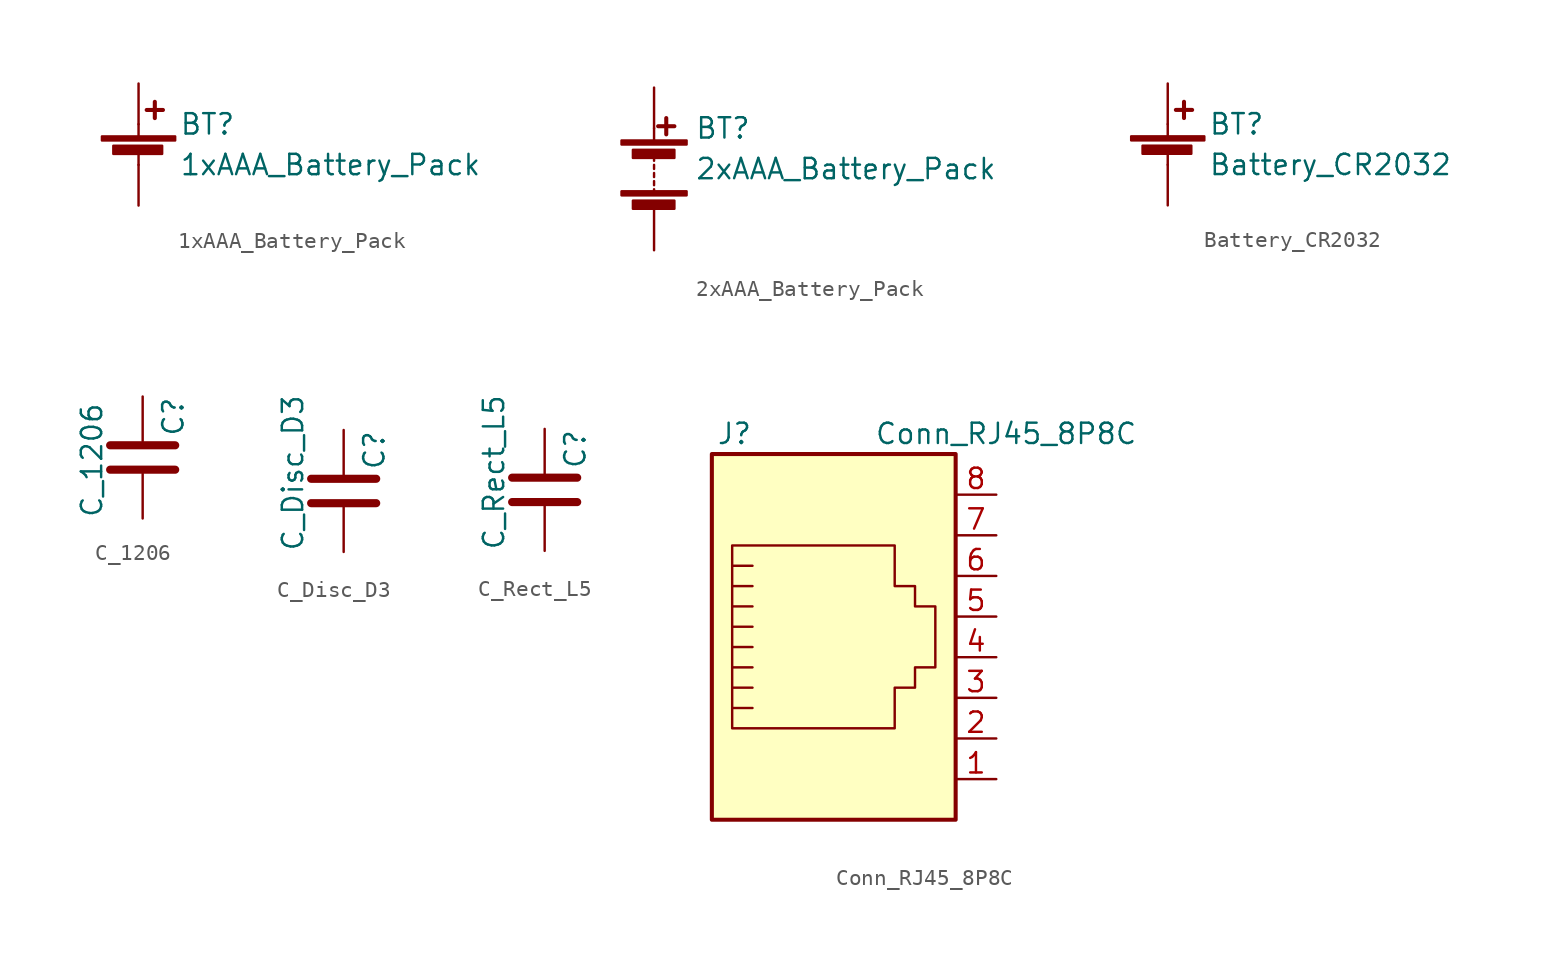
<source format=kicad_sym>
(kicad_symbol_lib
  (version 20211014)
  (generator kicad_symbol_editor)
  (symbol "1xAAA_Battery_Pack"
    (pin_numbers hide)
    (pin_names
      (offset 0) hide)
    (property "Reference" "BT"
      (at 2.54 2.54 0)
      (effects (font (size 1.27 1.27)) (justify left)))
    (property "Value" "1xAAA_Battery_Pack"
      (at 2.54 0 0)
      (effects (font (size 1.27 1.27)) (justify left)))
    (symbol "1xAAA_Battery_Pack_0_1"
      (rectangle (start -2.286 1.778) (end 2.286 1.524) (stroke (width 0) (type default) (color 0 0 0 0)) (fill (type outline)))
      (rectangle (start -1.575 1.194) (end 1.473 0.686) (stroke (width 0) (type default) (color 0 0 0 0)) (fill (type outline)))
      (polyline (pts (xy 0 0.762) (xy 0 0)) (stroke (width 0) (type default) (color 0 0 0 0)) (fill (type none)))
      (polyline (pts (xy 0 1.778) (xy 0 2.54)) (stroke (width 0) (type default) (color 0 0 0 0)) (fill (type none)))
      (polyline (pts (xy 0.508 3.429) (xy 1.524 3.429)) (stroke (width 0.254) (type default) (color 0 0 0 0)) (fill (type none)))
      (polyline (pts (xy 1.016 3.937) (xy 1.016 2.921)) (stroke (width 0.254) (type default) (color 0 0 0 0)) (fill (type none))))
    (symbol "1xAAA_Battery_Pack_1_1"
      (pin passive line (at 0 5.08 270) (length 2.54) (name "+" (effects (font (size 1.27 1.27)))) (number "1" (effects (font (size 1.27 1.27)))))
      (pin passive line (at 0 -2.54 90) (length 2.54) (name "-" (effects (font (size 1.27 1.27)))) (number "2" (effects (font (size 1.27 1.27)))))))
  (symbol "2xAAA_Battery_Pack"
    (pin_numbers hide)
    (pin_names
      (offset 0) hide)
    (property "Reference" "BT"
      (at 2.54 2.54 0)
      (effects (font (size 1.27 1.27)) (justify left)))
    (property "Value" "2xAAA_Battery_Pack"
      (at 2.54 0 0)
      (effects (font (size 1.27 1.27)) (justify left)))
    (symbol "2xAAA_Battery_Pack_0_1"
      (rectangle (start -2.032 -1.397) (end 2.032 -1.651) (stroke (width 0) (type default) (color 0 0 0 0)) (fill (type outline)))
      (rectangle (start -2.032 1.778) (end 2.032 1.524) (stroke (width 0) (type default) (color 0 0 0 0)) (fill (type outline)))
      (rectangle (start -1.321 -1.981) (end 1.27 -2.489) (stroke (width 0) (type default) (color 0 0 0 0)) (fill (type outline)))
      (rectangle (start -1.321 1.194) (end 1.27 0.686) (stroke (width 0) (type default) (color 0 0 0 0)) (fill (type outline)))
      (polyline (pts (xy 0 -1.524) (xy 0 -1.27)) (stroke (width 0) (type default) (color 0 0 0 0)) (fill (type none)))
      (polyline (pts (xy 0 -1.016) (xy 0 -0.762)) (stroke (width 0) (type default) (color 0 0 0 0)) (fill (type none)))
      (polyline (pts (xy 0 -0.508) (xy 0 -0.254)) (stroke (width 0) (type default) (color 0 0 0 0)) (fill (type none)))
      (polyline (pts (xy 0 0) (xy 0 0.254)) (stroke (width 0) (type default) (color 0 0 0 0)) (fill (type none)))
      (polyline (pts (xy 0 0.508) (xy 0 0.762)) (stroke (width 0) (type default) (color 0 0 0 0)) (fill (type none)))
      (polyline (pts (xy 0 1.778) (xy 0 2.54)) (stroke (width 0) (type default) (color 0 0 0 0)) (fill (type none)))
      (polyline (pts (xy 0.254 2.667) (xy 1.27 2.667)) (stroke (width 0.254) (type default) (color 0 0 0 0)) (fill (type none)))
      (polyline (pts (xy 0.762 3.175) (xy 0.762 2.159)) (stroke (width 0.254) (type default) (color 0 0 0 0)) (fill (type none))))
    (symbol "2xAAA_Battery_Pack_1_1"
      (pin passive line (at 0 5.08 270) (length 2.54) (name "+" (effects (font (size 1.27 1.27)))) (number "1" (effects (font (size 1.27 1.27)))))
      (pin passive line (at 0 -5.08 90) (length 2.54) (name "-" (effects (font (size 1.27 1.27)))) (number "2" (effects (font (size 1.27 1.27)))))))
  (symbol "Battery_CR2032"
    (pin_numbers hide)
    (pin_names
      (offset 0) hide)
    (property "Reference" "BT"
      (at 2.54 2.54 0)
      (effects (font (size 1.27 1.27)) (justify left)))
    (property "Value" "Battery_CR2032"
      (at 2.54 0 0)
      (effects (font (size 1.27 1.27)) (justify left)))
    (symbol "Battery_CR2032_0_1"
      (rectangle (start -2.286 1.778) (end 2.286 1.524) (stroke (width 0) (type default) (color 0 0 0 0)) (fill (type outline)))
      (rectangle (start -1.575 1.194) (end 1.473 0.686) (stroke (width 0) (type default) (color 0 0 0 0)) (fill (type outline)))
      (polyline (pts (xy 0 0.762) (xy 0 0)) (stroke (width 0) (type default) (color 0 0 0 0)) (fill (type none)))
      (polyline (pts (xy 0 1.778) (xy 0 2.54)) (stroke (width 0) (type default) (color 0 0 0 0)) (fill (type none)))
      (polyline (pts (xy 0.508 3.429) (xy 1.524 3.429)) (stroke (width 0.254) (type default) (color 0 0 0 0)) (fill (type none)))
      (polyline (pts (xy 1.016 3.937) (xy 1.016 2.921)) (stroke (width 0.254) (type default) (color 0 0 0 0)) (fill (type none))))
    (symbol "Battery_CR2032_1_1"
      (pin passive line (at 0 5.08 270) (length 2.54) (name "+" (effects (font (size 1.27 1.27)))) (number "1" (effects (font (size 1.27 1.27)))))
      (pin passive line (at 0 -2.54 90) (length 2.54) (name "-" (effects (font (size 1.27 1.27)))) (number "2" (effects (font (size 1.27 1.27)))))))
  (symbol "C_1206"
    (pin_numbers hide)
    (pin_names
      (offset 0.254))
    (property "Reference" "C"
      (at 1.905 1.27 90)
      (effects (font (size 1.27 1.27)) (justify left)))
    (property "Value" "C_1206"
      (at -3.175 -3.81 90)
      (effects (font (size 1.27 1.27)) (justify left)))
    (symbol "C_1206_0_1"
      (polyline (pts (xy -2.032 -0.762) (xy 2.032 -0.762)) (stroke (width 0.508) (type default) (color 0 0 0 0)) (fill (type none)))
      (polyline (pts (xy -2.032 0.762) (xy 2.032 0.762)) (stroke (width 0.508) (type default) (color 0 0 0 0)) (fill (type none))))
    (symbol "C_1206_1_1"
      (pin passive line (at 0 3.81 270) (length 2.794) (name "~" (effects (font (size 1.27 1.27)))) (number "1" (effects (font (size 1.27 1.27)))))
      (pin passive line (at 0 -3.81 90) (length 2.794) (name "~" (effects (font (size 1.27 1.27)))) (number "2" (effects (font (size 1.27 1.27)))))))
  (symbol "C_Disc_D3"
    (pin_numbers hide)
    (pin_names
      (offset 0.254))
    (property "Reference" "C"
      (at 1.905 1.27 90)
      (effects (font (size 1.27 1.27)) (justify left)))
    (property "Value" "C_Disc_D3"
      (at -3.175 -3.81 90)
      (effects (font (size 1.27 1.27)) (justify left)))
    (symbol "C_Disc_D3_0_1"
      (polyline (pts (xy -2.032 -0.762) (xy 2.032 -0.762)) (stroke (width 0.508) (type default) (color 0 0 0 0)) (fill (type none)))
      (polyline (pts (xy -2.032 0.762) (xy 2.032 0.762)) (stroke (width 0.508) (type default) (color 0 0 0 0)) (fill (type none))))
    (symbol "C_Disc_D3_1_1"
      (pin passive line (at 0 3.81 270) (length 2.794) (name "~" (effects (font (size 1.27 1.27)))) (number "1" (effects (font (size 1.27 1.27)))))
      (pin passive line (at 0 -3.81 90) (length 2.794) (name "~" (effects (font (size 1.27 1.27)))) (number "2" (effects (font (size 1.27 1.27)))))))
  (symbol "C_Rect_L5"
    (pin_numbers hide)
    (pin_names
      (offset 0.254))
    (property "Reference" "C"
      (at 1.905 1.27 90)
      (effects (font (size 1.27 1.27)) (justify left)))
    (property "Value" "C_Rect_L5"
      (at -3.175 -3.81 90)
      (effects (font (size 1.27 1.27)) (justify left)))
    (symbol "C_Rect_L5_0_1"
      (polyline (pts (xy -2.032 -0.762) (xy 2.032 -0.762)) (stroke (width 0.508) (type default) (color 0 0 0 0)) (fill (type none)))
      (polyline (pts (xy -2.032 0.762) (xy 2.032 0.762)) (stroke (width 0.508) (type default) (color 0 0 0 0)) (fill (type none))))
    (symbol "C_Rect_L5_1_1"
      (pin passive line (at 0 3.81 270) (length 2.794) (name "~" (effects (font (size 1.27 1.27)))) (number "1" (effects (font (size 1.27 1.27)))))
      (pin passive line (at 0 -3.81 90) (length 2.794) (name "~" (effects (font (size 1.27 1.27)))) (number "2" (effects (font (size 1.27 1.27)))))))
  (symbol "Conn_RJ45_8P8C"
    (pin_names
      (offset 1.016))
    (property "Reference" "J"
      (at -5.08 13.97 0)
      (effects (font (size 1.27 1.27)) (justify right)))
    (property "Value" "Conn_RJ45_8P8C"
      (at 2.54 13.97 0)
      (effects (font (size 1.27 1.27)) (justify left)))
    (symbol "Conn_RJ45_8P8C_0_1"
      (polyline (pts (xy -5.08 4.445) (xy -6.35 4.445)) (stroke (width 0) (type default) (color 0 0 0 0)) (fill (type none)))
      (polyline (pts (xy -5.08 5.715) (xy -6.35 5.715)) (stroke (width 0) (type default) (color 0 0 0 0)) (fill (type none)))
      (polyline (pts (xy -6.35 -3.175) (xy -5.08 -3.175) (xy -5.08 -3.175)) (stroke (width 0) (type default) (color 0 0 0 0)) (fill (type none)))
      (polyline (pts (xy -6.35 -1.905) (xy -5.08 -1.905) (xy -5.08 -1.905)) (stroke (width 0) (type default) (color 0 0 0 0)) (fill (type none)))
      (polyline (pts (xy -6.35 -0.635) (xy -5.08 -0.635) (xy -5.08 -0.635)) (stroke (width 0) (type default) (color 0 0 0 0)) (fill (type none)))
      (polyline (pts (xy -6.35 0.635) (xy -5.08 0.635) (xy -5.08 0.635)) (stroke (width 0) (type default) (color 0 0 0 0)) (fill (type none)))
      (polyline (pts (xy -6.35 1.905) (xy -5.08 1.905) (xy -5.08 1.905)) (stroke (width 0) (type default) (color 0 0 0 0)) (fill (type none)))
      (polyline (pts (xy -5.08 3.175) (xy -6.35 3.175) (xy -6.35 3.175)) (stroke (width 0) (type default) (color 0 0 0 0)) (fill (type none)))
      (polyline (pts (xy -6.35 -4.445) (xy -6.35 6.985) (xy 3.81 6.985) (xy 3.81 4.445) (xy 5.08 4.445) (xy 5.08 3.175) (xy 6.35 3.175) (xy 6.35 -0.635) (xy 5.08 -0.635) (xy 5.08 -1.905) (xy 3.81 -1.905) (xy 3.81 -4.445) (xy -6.35 -4.445) (xy -6.35 -4.445)) (stroke (width 0) (type default) (color 0 0 0 0)) (fill (type none)))
      (rectangle (start 7.62 12.7) (end -7.62 -10.16) (stroke (width 0.254) (type default) (color 0 0 0 0)) (fill (type background))))
    (symbol "Conn_RJ45_8P8C_1_1"
      (pin passive line (at 10.16 -7.62 180) (length 2.54) (name "~" (effects (font (size 1.27 1.27)))) (number "1" (effects (font (size 1.27 1.27)))))
      (pin passive line (at 10.16 -5.08 180) (length 2.54) (name "~" (effects (font (size 1.27 1.27)))) (number "2" (effects (font (size 1.27 1.27)))))
      (pin passive line (at 10.16 -2.54 180) (length 2.54) (name "~" (effects (font (size 1.27 1.27)))) (number "3" (effects (font (size 1.27 1.27)))))
      (pin passive line (at 10.16 0 180) (length 2.54) (name "~" (effects (font (size 1.27 1.27)))) (number "4" (effects (font (size 1.27 1.27)))))
      (pin passive line (at 10.16 2.54 180) (length 2.54) (name "~" (effects (font (size 1.27 1.27)))) (number "5" (effects (font (size 1.27 1.27)))))
      (pin passive line (at 10.16 5.08 180) (length 2.54) (name "~" (effects (font (size 1.27 1.27)))) (number "6" (effects (font (size 1.27 1.27)))))
      (pin passive line (at 10.16 7.62 180) (length 2.54) (name "~" (effects (font (size 1.27 1.27)))) (number "7" (effects (font (size 1.27 1.27)))))
      (pin passive line (at 10.16 10.16 180) (length 2.54) (name "~" (effects (font (size 1.27 1.27)))) (number "8" (effects (font (size 1.27 1.27))))))))
</source>
